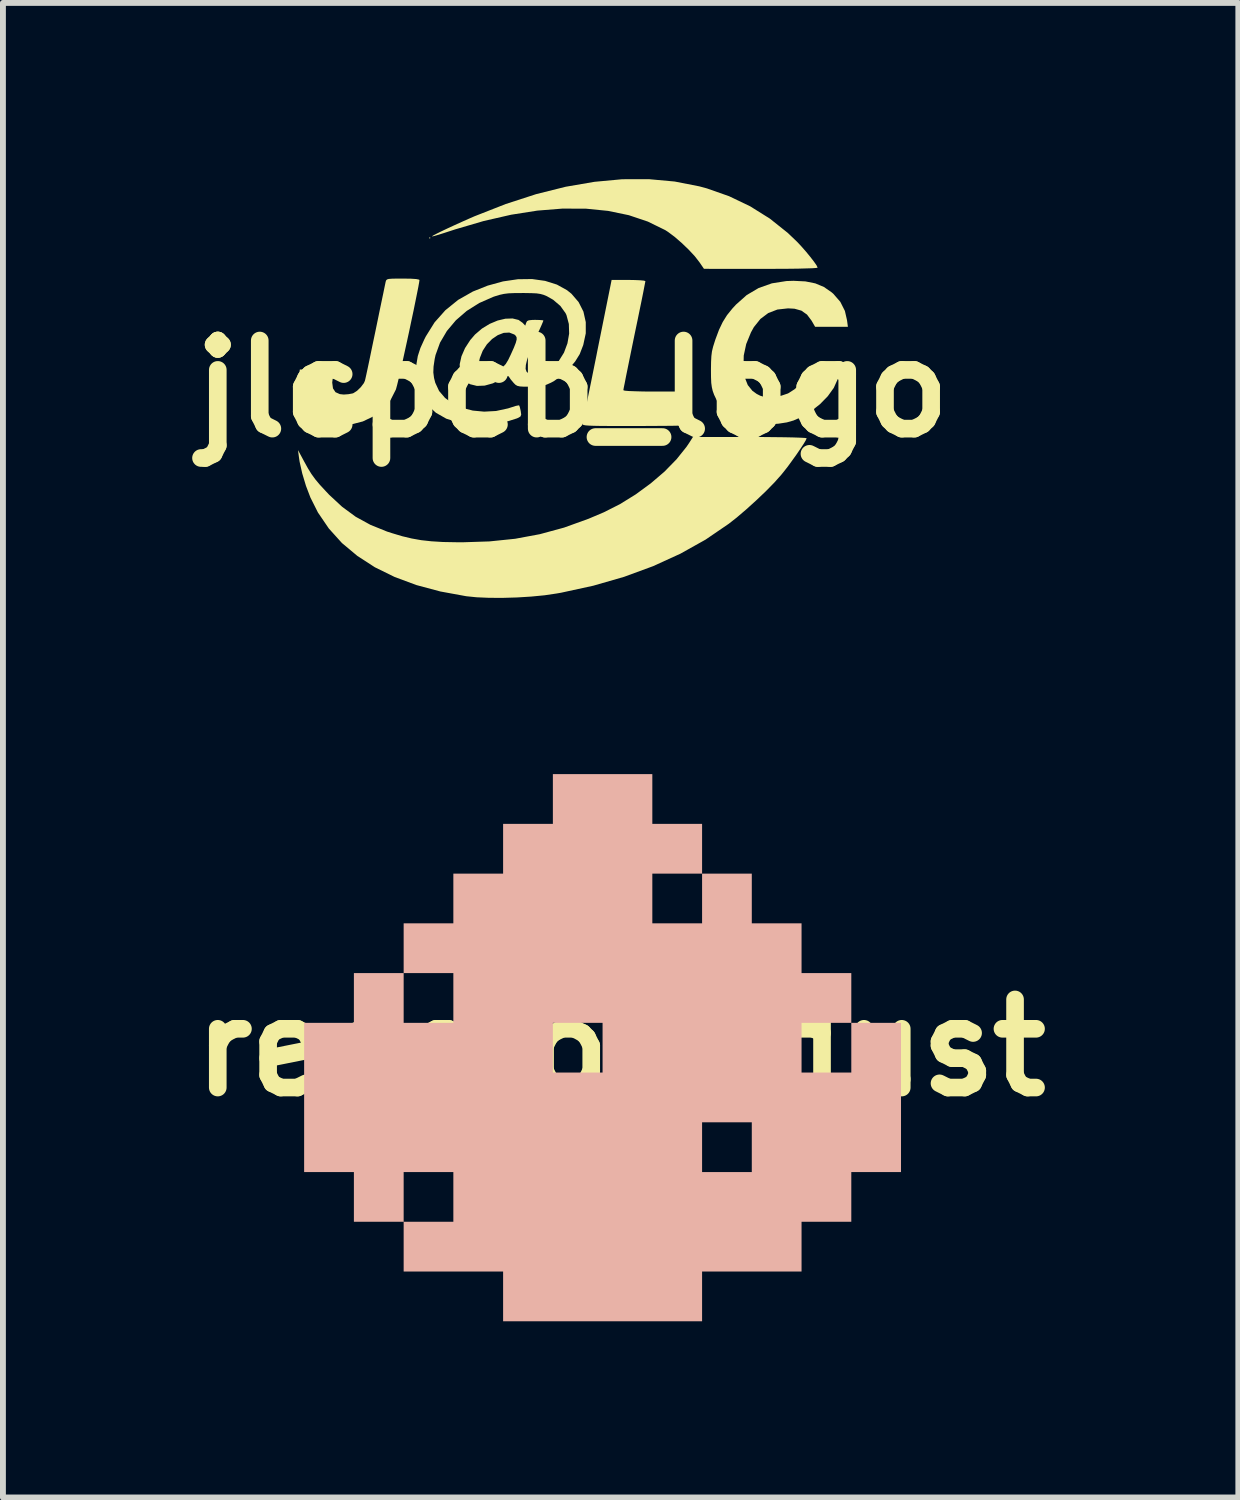
<source format=kicad_pcb>
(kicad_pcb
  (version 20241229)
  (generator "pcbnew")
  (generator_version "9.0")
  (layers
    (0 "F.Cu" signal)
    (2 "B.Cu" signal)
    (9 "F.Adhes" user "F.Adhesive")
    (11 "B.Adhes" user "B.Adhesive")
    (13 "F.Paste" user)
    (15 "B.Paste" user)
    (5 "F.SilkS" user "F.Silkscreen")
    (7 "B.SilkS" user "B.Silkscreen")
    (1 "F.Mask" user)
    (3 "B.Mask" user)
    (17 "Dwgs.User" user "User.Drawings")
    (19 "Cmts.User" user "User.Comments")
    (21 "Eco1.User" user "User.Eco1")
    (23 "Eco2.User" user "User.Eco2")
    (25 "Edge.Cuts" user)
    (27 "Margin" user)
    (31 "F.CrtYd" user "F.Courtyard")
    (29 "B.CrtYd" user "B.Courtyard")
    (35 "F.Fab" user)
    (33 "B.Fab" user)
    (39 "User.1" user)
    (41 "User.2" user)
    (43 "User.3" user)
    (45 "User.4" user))
  (footprint "redstonedust"
    (layer "F.Cu")
    (at 7.514 14.784)
    (property "Reference" "redstonedust" (at 0 0 0) (layer "F.SilkS") (effects (font (size 1.5 1.5) (thickness 0.3))))
    (attr board_only exclude_from_pos_files exclude_from_bom)
    (fp_poly (pts (xy -1.153 -4.233) (xy -1.153 -3.81) (xy -1.577 -3.81) (xy -2 -3.81) (xy -2 -3.387) (xy -2 -2.963) (xy -2.423 -2.963) (xy -2.847 -2.963) (xy -2.847 -2.54) (xy -2.847 -2.117) (xy -3.27 -2.117) (xy -3.693 -2.117) (xy -3.693 -1.693) (xy -3.693 -1.27) (xy -3.27 -1.27) (xy -2.847 -1.27) (xy -2.847 -0.847) (xy -2.847 -0.423) (xy -3.27 -0.423) (xy -3.693 -0.423) (xy -3.693 -0.847) (xy -3.693 -1.27) (xy -4.117 -1.27) (xy -4.54 -1.27) (xy -4.54 -0.847) (xy -4.54 -0.423) (xy -4.963 -0.423) (xy -5.387 -0.423) (xy -5.387 0.847) (xy -5.387 2.117) (xy -4.963 2.117) (xy -4.54 2.117) (xy -4.54 2.54) (xy -4.54 2.963) (xy -4.117 2.963) (xy -3.693 2.963) (xy -3.693 3.387) (xy -3.693 3.81) (xy -2.847 3.81) (xy -2 3.81) (xy -2 4.233) (xy -2 4.657) (xy -0.307 4.657) (xy 1.387 4.657) (xy 1.387 4.233) (xy 1.387 3.81) (xy 2.233 3.81) (xy 3.08 3.81) (xy 3.08 3.387) (xy 3.08 2.963) (xy 3.503 2.963) (xy 3.927 2.963) (xy 3.927 2.54) (xy -2.847 2.54) (xy -2.847 2.963) (xy -3.27 2.963) (xy -3.693 2.963) (xy -3.693 2.54) (xy -3.693 2.117) (xy -3.27 2.117) (xy -2.847 2.117) (xy -2.847 2.54) (xy 3.927 2.54) (xy 3.927 2.117) (xy 4.35 2.117) (xy 4.773 2.117) (xy 4.773 1.693) (xy 2.233 1.693) (xy 2.233 2.117) (xy 1.81 2.117) (xy 1.387 2.117) (xy 1.387 1.693) (xy 1.387 1.27) (xy 1.81 1.27) (xy 2.233 1.27) (xy 2.233 1.693) (xy 4.773 1.693) (xy 4.773 0.847) (xy 4.773 0) (xy 3.927 0) (xy 3.927 0.423) (xy 3.503 0.423) (xy 3.08 0.423) (xy 3.08 0) (xy -0.307 0) (xy -0.307 0.423) (xy -0.73 0.423) (xy -1.153 0.423) (xy -1.153 0) (xy -1.153 -0.423) (xy -0.73 -0.423) (xy -0.307 -0.423) (xy -0.307 0) (xy 3.08 0) (xy 3.08 -0.423) (xy 3.503 -0.423) (xy 3.927 -0.423) (xy 3.927 0) (xy 4.773 0) (xy 4.773 -0.423) (xy 4.35 -0.423) (xy 3.927 -0.423) (xy 3.927 -0.847) (xy 3.927 -1.27) (xy 3.503 -1.27) (xy 3.08 -1.27) (xy 3.08 -1.693) (xy 3.08 -2.117) (xy 2.657 -2.117) (xy 2.233 -2.117) (xy 2.233 -2.54) (xy 1.387 -2.54) (xy 1.387 -2.117) (xy 0.963 -2.117) (xy 0.54 -2.117) (xy 0.54 -2.54) (xy 0.54 -2.963) (xy 0.963 -2.963) (xy 1.387 -2.963) (xy 1.387 -2.54) (xy 2.233 -2.54) (xy 2.233 -2.963) (xy 1.81 -2.963) (xy 1.387 -2.963) (xy 1.387 -3.387) (xy 1.387 -3.81) (xy 0.963 -3.81) (xy 0.54 -3.81) (xy 0.54 -4.233) (xy 0.54 -4.657) (xy -0.307 -4.657) (xy -1.153 -4.657)) (stroke (width 0) (type solid)) (fill yes) (layer "B.SilkS")))
  (footprint "jlcpcb_logo"
    (layer "F.Cu")
    (at 6.693 3.568)
    (property "Reference" "jlcpcb_logo" (at 0 0 0) (layer "F.SilkS") (effects (font (size 1.5 1.5) (thickness 0.3))))
    (attr board_only exclude_from_pos_files exclude_from_bom)
    (fp_poly (pts (xy -2.416 -2.568) (xy -2.427 -2.556) (xy -2.439 -2.568) (xy -2.427 -2.58)) (stroke (width 0) (type solid)) (fill yes) (layer "F.SilkS"))
    (fp_poly (pts (xy 1.742 -3.528) (xy 2.161 -3.446) (xy 2.29 -3.411) (xy 2.668 -3.278) (xy 3.027 -3.106) (xy 3.361 -2.897) (xy 3.666 -2.654) (xy 3.822 -2.505) (xy 3.899 -2.423) (xy 3.978 -2.333) (xy 4.051 -2.244) (xy 4.112 -2.165) (xy 4.156 -2.102) (xy 4.174 -2.064) (xy 4.175 -2.062) (xy 4.152 -2.057) (xy 4.086 -2.052) (xy 3.982 -2.049) (xy 3.843 -2.045) (xy 3.674 -2.043) (xy 3.478 -2.042) (xy 3.26 -2.041) (xy 3.207 -2.041) (xy 2.24 -2.042) (xy 2.161 -2.157) (xy 2.084 -2.256) (xy 1.98 -2.368) (xy 1.861 -2.482) (xy 1.74 -2.587) (xy 1.629 -2.67) (xy 1.581 -2.701) (xy 1.285 -2.846) (xy 0.961 -2.955) (xy 0.609 -3.028) (xy 0.231 -3.066) (xy -0.171 -3.067) (xy -0.596 -3.033) (xy -1.042 -2.963) (xy -1.509 -2.856) (xy -1.993 -2.714) (xy -2.076 -2.687) (xy -2.187 -2.651) (xy -2.282 -2.621) (xy -2.351 -2.601) (xy -2.387 -2.593) (xy -2.39 -2.594) (xy -2.374 -2.607) (xy -2.321 -2.635) (xy -2.239 -2.676) (xy -2.134 -2.726) (xy -2.013 -2.782) (xy -1.883 -2.841) (xy -1.75 -2.9) (xy -1.665 -2.937) (xy -1.135 -3.145) (xy -0.618 -3.313) (xy -0.114 -3.439) (xy 0.375 -3.523) (xy 0.848 -3.567) (xy 1.304 -3.568)) (stroke (width 0) (type solid)) (fill yes) (layer "F.SilkS"))
    (fp_poly (pts (xy 1.065 -1.851) (xy 1.156 -1.847) (xy 1.218 -1.841) (xy 1.243 -1.833) (xy 1.243 -1.833) (xy 1.238 -1.806) (xy 1.225 -1.739) (xy 1.205 -1.635) (xy 1.178 -1.501) (xy 1.145 -1.341) (xy 1.108 -1.16) (xy 1.067 -0.964) (xy 1.055 -0.906) (xy 1.014 -0.706) (xy 0.976 -0.52) (xy 0.942 -0.353) (xy 0.913 -0.211) (xy 0.891 -0.097) (xy 0.875 -0.019) (xy 0.868 0.021) (xy 0.868 0.024) (xy 0.891 0.032) (xy 0.957 0.038) (xy 1.065 0.042) (xy 1.21 0.046) (xy 1.39 0.047) (xy 1.431 0.047) (xy 1.994 0.047) (xy 1.982 0.1) (xy 1.972 0.146) (xy 1.956 0.221) (xy 1.938 0.312) (xy 1.918 0.409) (xy 1.9 0.499) (xy 1.886 0.572) (xy 1.877 0.616) (xy 1.876 0.624) (xy 1.854 0.626) (xy 1.789 0.628) (xy 1.689 0.63) (xy 1.556 0.631) (xy 1.398 0.632) (xy 1.219 0.633) (xy 1.024 0.633) (xy 1.019 0.633) (xy 0.795 0.633) (xy 0.615 0.633) (xy 0.472 0.632) (xy 0.363 0.63) (xy 0.283 0.627) (xy 0.229 0.623) (xy 0.195 0.617) (xy 0.177 0.61) (xy 0.172 0.601) (xy 0.173 0.592) (xy 0.179 0.562) (xy 0.194 0.49) (xy 0.217 0.381) (xy 0.246 0.239) (xy 0.28 0.07) (xy 0.32 -0.124) (xy 0.363 -0.337) (xy 0.409 -0.564) (xy 0.426 -0.651) (xy 0.668 -1.853) (xy 0.955 -1.853)) (stroke (width 0) (type solid)) (fill yes) (layer "F.SilkS"))
    (fp_poly (pts (xy -2.749 -1.874) (xy -2.657 -1.868) (xy -2.61 -1.858) (xy -2.603 -1.851) (xy -2.608 -1.813) (xy -2.622 -1.735) (xy -2.644 -1.624) (xy -2.672 -1.486) (xy -2.704 -1.328) (xy -2.741 -1.155) (xy -2.779 -0.974) (xy -2.819 -0.79) (xy -2.858 -0.612) (xy -2.895 -0.443) (xy -2.93 -0.292) (xy -2.959 -0.164) (xy -2.983 -0.065) (xy -3 -0.002) (xy -3.005 0.014) (xy -3.096 0.193) (xy -3.223 0.345) (xy -3.381 0.467) (xy -3.567 0.556) (xy -3.775 0.609) (xy -3.882 0.62) (xy -3.984 0.623) (xy -4.086 0.619) (xy -4.154 0.611) (xy -4.324 0.56) (xy -4.464 0.478) (xy -4.571 0.367) (xy -4.641 0.231) (xy -4.671 0.074) (xy -4.672 0.051) (xy -4.67 -0.052) (xy -4.662 -0.162) (xy -4.657 -0.205) (xy -4.639 -0.328) (xy -4.347 -0.328) (xy -4.055 -0.328) (xy -4.072 -0.24) (xy -4.088 -0.106) (xy -4.075 -0.007) (xy -4.032 0.058) (xy -3.958 0.091) (xy -3.891 0.098) (xy -3.811 0.092) (xy -3.741 0.079) (xy -3.727 0.074) (xy -3.666 0.035) (xy -3.601 -0.028) (xy -3.549 -0.097) (xy -3.532 -0.135) (xy -3.524 -0.167) (xy -3.508 -0.239) (xy -3.485 -0.346) (xy -3.456 -0.483) (xy -3.423 -0.643) (xy -3.386 -0.821) (xy -3.354 -0.973) (xy -3.315 -1.162) (xy -3.279 -1.338) (xy -3.246 -1.496) (xy -3.218 -1.629) (xy -3.197 -1.732) (xy -3.183 -1.799) (xy -3.178 -1.823) (xy -3.17 -1.846) (xy -3.155 -1.861) (xy -3.124 -1.87) (xy -3.07 -1.874) (xy -2.983 -1.876) (xy -2.884 -1.876)) (stroke (width 0) (type solid)) (fill yes) (layer "F.SilkS"))
    (fp_poly (pts (xy 3.237 0.821) (xy 3.436 0.823) (xy 3.61 0.825) (xy 3.757 0.828) (xy 3.871 0.832) (xy 3.949 0.836) (xy 3.985 0.84) (xy 3.987 0.842) (xy 3.974 0.875) (xy 3.937 0.937) (xy 3.882 1.021) (xy 3.815 1.119) (xy 3.741 1.222) (xy 3.666 1.325) (xy 3.593 1.418) (xy 3.554 1.466) (xy 3.437 1.597) (xy 3.292 1.745) (xy 3.129 1.9) (xy 2.96 2.053) (xy 2.796 2.193) (xy 2.662 2.298) (xy 2.268 2.567) (xy 1.839 2.807) (xy 1.375 3.019) (xy 0.88 3.201) (xy 0.356 3.352) (xy -0.195 3.472) (xy -0.271 3.485) (xy -0.473 3.515) (xy -0.702 3.537) (xy -0.943 3.552) (xy -1.187 3.559) (xy -1.42 3.558) (xy -1.63 3.549) (xy -1.806 3.531) (xy -2.248 3.45) (xy -2.655 3.341) (xy -3.026 3.203) (xy -3.362 3.038) (xy -3.66 2.845) (xy -3.922 2.626) (xy -4.145 2.379) (xy -4.331 2.106) (xy -4.459 1.851) (xy -4.535 1.652) (xy -4.598 1.442) (xy -4.643 1.242) (xy -4.655 1.161) (xy -4.67 1.044) (xy -4.567 1.235) (xy -4.502 1.353) (xy -4.442 1.45) (xy -4.377 1.54) (xy -4.3 1.632) (xy -4.201 1.739) (xy -4.141 1.803) (xy -3.92 2.008) (xy -3.689 2.178) (xy -3.437 2.316) (xy -3.153 2.431) (xy -3.072 2.457) (xy -2.899 2.509) (xy -2.736 2.548) (xy -2.573 2.577) (xy -2.399 2.596) (xy -2.204 2.608) (xy -1.978 2.612) (xy -1.876 2.613) (xy -1.412 2.598) (xy -0.974 2.553) (xy -0.554 2.475) (xy -0.142 2.363) (xy 0.274 2.213) (xy 0.536 2.102) (xy 0.811 1.963) (xy 1.079 1.797) (xy 1.334 1.61) (xy 1.568 1.41) (xy 1.773 1.2) (xy 1.942 0.989) (xy 1.988 0.921) (xy 2.052 0.821) (xy 3.02 0.821)) (stroke (width 0) (type solid)) (fill yes) (layer "F.SilkS"))
    (fp_poly (pts (xy 3.967 -1.828) (xy 4.136 -1.794) (xy 4.282 -1.733) (xy 4.413 -1.642) (xy 4.442 -1.617) (xy 4.561 -1.48) (xy 4.639 -1.325) (xy 4.675 -1.167) (xy 4.69 -1.055) (xy 4.411 -1.055) (xy 4.132 -1.055) (xy 4.072 -1.159) (xy 3.994 -1.263) (xy 3.899 -1.33) (xy 3.781 -1.363) (xy 3.671 -1.369) (xy 3.49 -1.349) (xy 3.334 -1.289) (xy 3.201 -1.189) (xy 3.089 -1.049) (xy 3.04 -0.96) (xy 2.959 -0.762) (xy 2.917 -0.566) (xy 2.913 -0.354) (xy 2.913 -0.351) (xy 2.936 -0.189) (xy 2.986 -0.063) (xy 3.065 0.035) (xy 3.137 0.087) (xy 3.198 0.118) (xy 3.254 0.135) (xy 3.324 0.139) (xy 3.407 0.136) (xy 3.552 0.119) (xy 3.671 0.079) (xy 3.781 0.009) (xy 3.886 -0.087) (xy 4.008 -0.211) (xy 4.269 -0.211) (xy 4.382 -0.211) (xy 4.456 -0.209) (xy 4.498 -0.203) (xy 4.517 -0.193) (xy 4.519 -0.176) (xy 4.514 -0.158) (xy 4.45 -0.016) (xy 4.348 0.126) (xy 4.215 0.262) (xy 4.058 0.385) (xy 3.884 0.487) (xy 3.764 0.54) (xy 3.651 0.572) (xy 3.509 0.594) (xy 3.352 0.605) (xy 3.195 0.607) (xy 3.049 0.598) (xy 2.93 0.577) (xy 2.891 0.565) (xy 2.714 0.477) (xy 2.57 0.354) (xy 2.459 0.199) (xy 2.413 0.103) (xy 2.389 0.037) (xy 2.374 -0.027) (xy 2.364 -0.1) (xy 2.36 -0.196) (xy 2.359 -0.326) (xy 2.359 -0.328) (xy 2.361 -0.458) (xy 2.366 -0.556) (xy 2.376 -0.636) (xy 2.395 -0.715) (xy 2.424 -0.807) (xy 2.435 -0.841) (xy 2.496 -1.004) (xy 2.559 -1.136) (xy 2.632 -1.253) (xy 2.725 -1.368) (xy 2.785 -1.433) (xy 2.967 -1.595) (xy 3.17 -1.715) (xy 3.396 -1.795) (xy 3.644 -1.834) (xy 3.764 -1.838)) (stroke (width 0) (type solid)) (fill yes) (layer "F.SilkS"))
    (fp_poly (pts (xy -0.464 -1.837) (xy -0.264 -1.774) (xy -0.092 -1.679) (xy -0.015 -1.617) (xy 0.106 -1.476) (xy 0.188 -1.314) (xy 0.228 -1.135) (xy 0.228 -0.944) (xy 0.185 -0.745) (xy 0.125 -0.59) (xy 0.048 -0.466) (xy -0.059 -0.338) (xy -0.185 -0.222) (xy -0.315 -0.13) (xy -0.364 -0.104) (xy -0.438 -0.071) (xy -0.504 -0.05) (xy -0.577 -0.04) (xy -0.674 -0.036) (xy -0.723 -0.036) (xy -0.826 -0.036) (xy -0.893 -0.04) (xy -0.937 -0.05) (xy -0.969 -0.069) (xy -1 -0.1) (xy -1.007 -0.109) (xy -1.051 -0.161) (xy -1.079 -0.203) (xy -1.083 -0.211) (xy -1.106 -0.218) (xy -1.16 -0.195) (xy -1.208 -0.167) (xy -1.352 -0.093) (xy -1.493 -0.054) (xy -1.625 -0.049) (xy -1.742 -0.078) (xy -1.835 -0.14) (xy -1.877 -0.192) (xy -1.915 -0.295) (xy -1.917 -0.393) (xy -1.584 -0.393) (xy -1.549 -0.326) (xy -1.486 -0.288) (xy -1.401 -0.28) (xy -1.3 -0.305) (xy -1.231 -0.339) (xy -1.177 -0.376) (xy -1.134 -0.422) (xy -1.093 -0.49) (xy -1.049 -0.581) (xy -0.996 -0.699) (xy -0.963 -0.783) (xy -0.948 -0.841) (xy -0.95 -0.879) (xy -0.968 -0.907) (xy -0.988 -0.924) (xy -1.073 -0.957) (xy -1.169 -0.952) (xy -1.27 -0.913) (xy -1.367 -0.847) (xy -1.455 -0.757) (xy -1.526 -0.648) (xy -1.574 -0.527) (xy -1.584 -0.485) (xy -1.584 -0.393) (xy -1.917 -0.393) (xy -1.918 -0.418) (xy -1.888 -0.553) (xy -1.827 -0.693) (xy -1.738 -0.83) (xy -1.657 -0.924) (xy -1.539 -1.025) (xy -1.408 -1.105) (xy -1.272 -1.162) (xy -1.14 -1.193) (xy -1.018 -1.197) (xy -0.916 -1.172) (xy -0.847 -1.123) (xy -0.802 -1.075) (xy -0.786 -1.124) (xy -0.771 -1.152) (xy -0.741 -1.166) (xy -0.682 -1.172) (xy -0.632 -1.173) (xy -0.558 -1.171) (xy -0.507 -1.167) (xy -0.493 -1.162) (xy -0.502 -1.138) (xy -0.526 -1.081) (xy -0.561 -1.003) (xy -0.577 -0.969) (xy -0.663 -0.776) (xy -0.727 -0.621) (xy -0.77 -0.498) (xy -0.792 -0.405) (xy -0.796 -0.338) (xy -0.78 -0.291) (xy -0.747 -0.262) (xy -0.734 -0.256) (xy -0.65 -0.245) (xy -0.547 -0.263) (xy -0.438 -0.304) (xy -0.344 -0.361) (xy -0.231 -0.474) (xy -0.143 -0.615) (xy -0.084 -0.773) (xy -0.055 -0.939) (xy -0.06 -1.103) (xy -0.1 -1.253) (xy -0.116 -1.287) (xy -0.204 -1.41) (xy -0.327 -1.515) (xy -0.434 -1.576) (xy -0.489 -1.599) (xy -0.543 -1.614) (xy -0.608 -1.624) (xy -0.694 -1.628) (xy -0.814 -1.63) (xy -0.856 -1.63) (xy -0.988 -1.629) (xy -1.087 -1.625) (xy -1.166 -1.615) (xy -1.238 -1.599) (xy -1.317 -1.575) (xy -1.349 -1.564) (xy -1.585 -1.46) (xy -1.798 -1.326) (xy -1.983 -1.166) (xy -2.136 -0.984) (xy -2.253 -0.785) (xy -2.329 -0.575) (xy -2.344 -0.506) (xy -2.363 -0.379) (xy -2.367 -0.278) (xy -2.355 -0.185) (xy -2.334 -0.103) (xy -2.269 0.037) (xy -2.167 0.156) (xy -2.034 0.253) (xy -1.874 0.325) (xy -1.695 0.371) (xy -1.502 0.389) (xy -1.3 0.378) (xy -1.096 0.334) (xy -1.027 0.312) (xy -0.961 0.291) (xy -0.916 0.282) (xy -0.906 0.283) (xy -0.895 0.311) (xy -0.882 0.366) (xy -0.879 0.381) (xy -0.871 0.439) (xy -0.884 0.472) (xy -0.928 0.497) (xy -0.947 0.505) (xy -1.103 0.554) (xy -1.288 0.588) (xy -1.489 0.605) (xy -1.69 0.605) (xy -1.877 0.586) (xy -1.94 0.574) (xy -2.146 0.509) (xy -2.323 0.408) (xy -2.469 0.275) (xy -2.581 0.111) (xy -2.6 0.073) (xy -2.631 -0.002) (xy -2.65 -0.072) (xy -2.659 -0.154) (xy -2.661 -0.265) (xy -2.661 -0.27) (xy -2.654 -0.422) (xy -2.631 -0.558) (xy -2.587 -0.694) (xy -2.518 -0.846) (xy -2.495 -0.891) (xy -2.346 -1.13) (xy -2.162 -1.337) (xy -1.945 -1.513) (xy -1.693 -1.656) (xy -1.442 -1.756) (xy -1.18 -1.828) (xy -0.927 -1.865) (xy -0.686 -1.868)) (stroke (width 0) (type solid)) (fill yes) (layer "F.SilkS")))
  (gr_rect
    (start -3 -3)
    (end 18.029 22.44)
    (stroke (width 0.1) (type default))
    (fill no)
    (layer "Edge.Cuts")))
</source>
